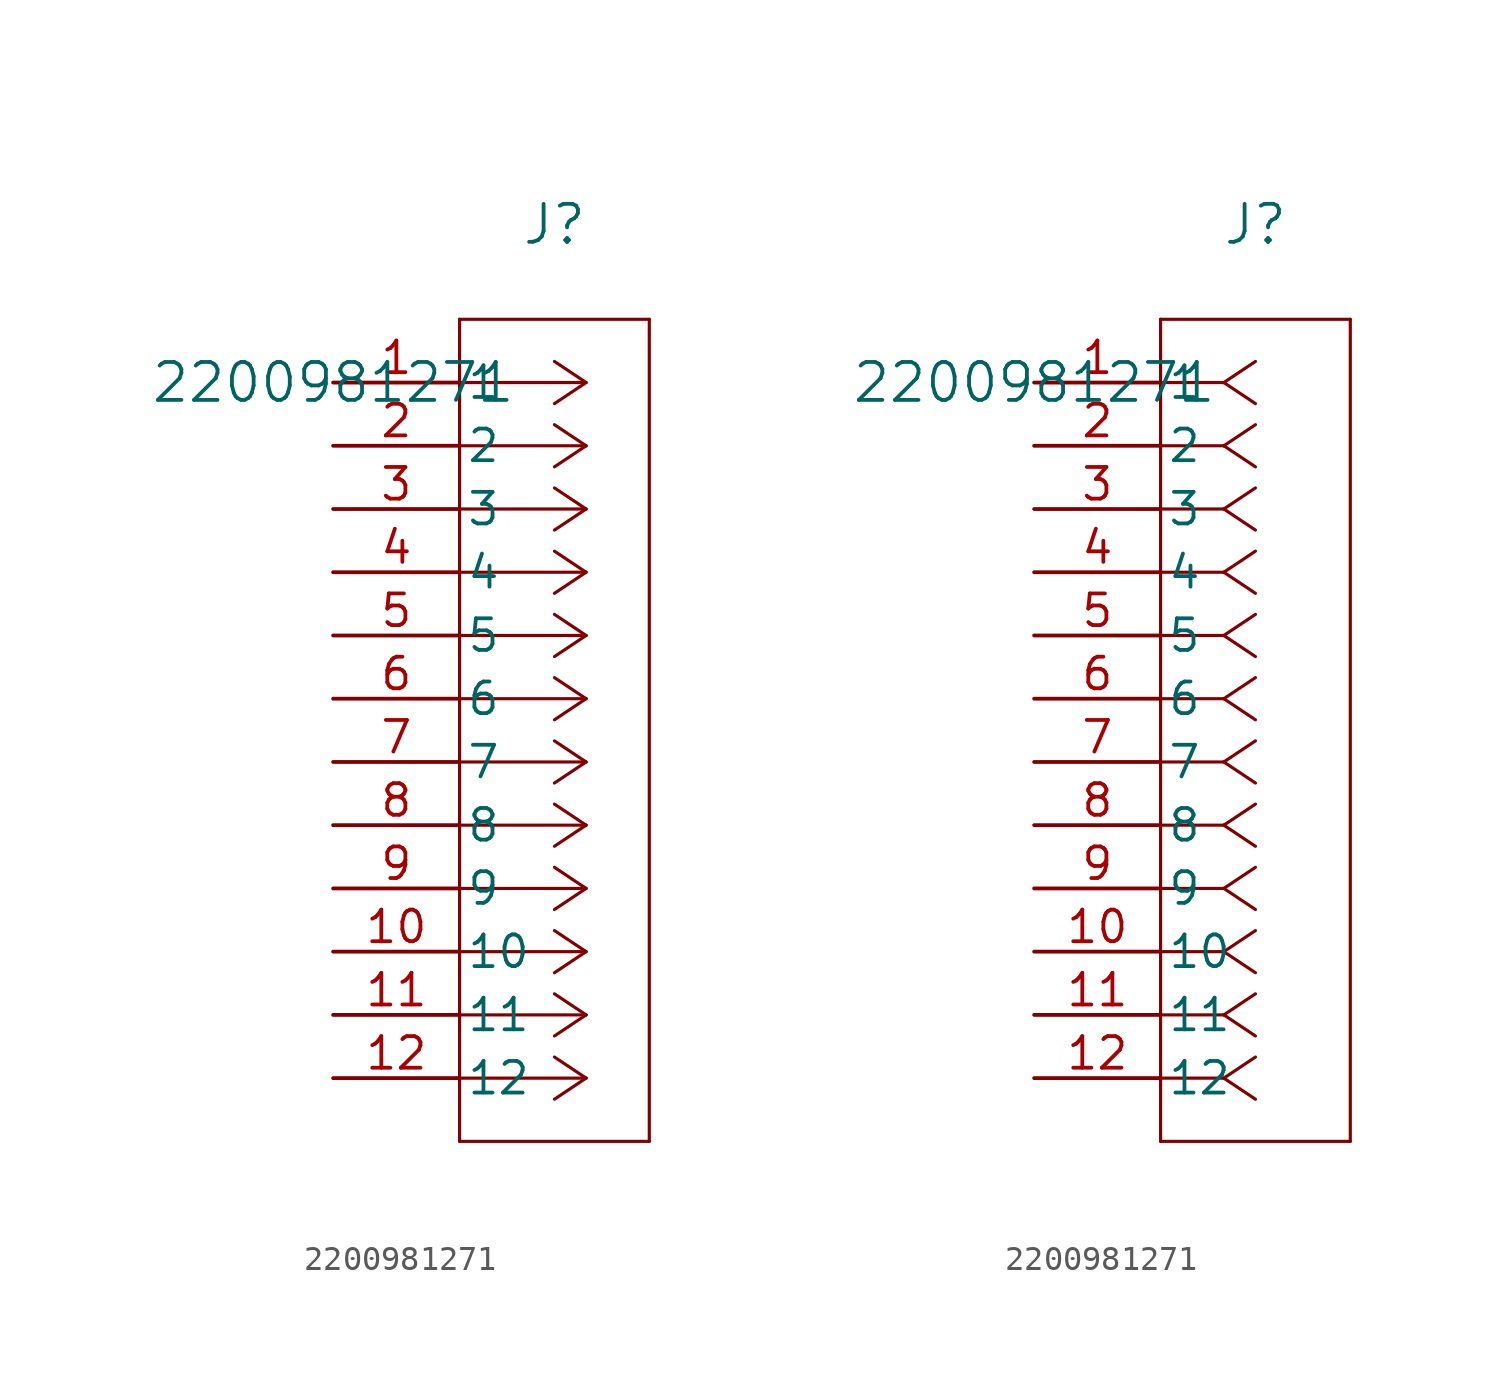
<source format=kicad_sym>
(kicad_symbol_lib
  (version 20211014)
  (generator kicad_symbol_editor)
  (symbol "2200981271"
    (pin_names
      (offset 0.254))
    (property "Reference" "J"
      (at 8.89 6.35 0)
      (effects (font (size 1.524 1.524))))
    (property "Value" "2200981271"
      (at 0 0 0)
      (effects (font (size 1.524 1.524))))
    (symbol "2200981271_1_1"
      (polyline (pts (xy 10.16 0) (xy 5.08 0)) (stroke (width 0.127) (type default) (color 0 0 0 0)) (fill (type none)))
      (polyline (pts (xy 10.16 -2.54) (xy 5.08 -2.54)) (stroke (width 0.127) (type default) (color 0 0 0 0)) (fill (type none)))
      (polyline (pts (xy 10.16 -5.08) (xy 5.08 -5.08)) (stroke (width 0.127) (type default) (color 0 0 0 0)) (fill (type none)))
      (polyline (pts (xy 10.16 -7.62) (xy 5.08 -7.62)) (stroke (width 0.127) (type default) (color 0 0 0 0)) (fill (type none)))
      (polyline (pts (xy 10.16 -10.16) (xy 5.08 -10.16)) (stroke (width 0.127) (type default) (color 0 0 0 0)) (fill (type none)))
      (polyline (pts (xy 10.16 -12.7) (xy 5.08 -12.7)) (stroke (width 0.127) (type default) (color 0 0 0 0)) (fill (type none)))
      (polyline (pts (xy 10.16 -15.24) (xy 5.08 -15.24)) (stroke (width 0.127) (type default) (color 0 0 0 0)) (fill (type none)))
      (polyline (pts (xy 10.16 -17.78) (xy 5.08 -17.78)) (stroke (width 0.127) (type default) (color 0 0 0 0)) (fill (type none)))
      (polyline (pts (xy 10.16 -20.32) (xy 5.08 -20.32)) (stroke (width 0.127) (type default) (color 0 0 0 0)) (fill (type none)))
      (polyline (pts (xy 10.16 -22.86) (xy 5.08 -22.86)) (stroke (width 0.127) (type default) (color 0 0 0 0)) (fill (type none)))
      (polyline (pts (xy 10.16 -25.4) (xy 5.08 -25.4)) (stroke (width 0.127) (type default) (color 0 0 0 0)) (fill (type none)))
      (polyline (pts (xy 10.16 -27.94) (xy 5.08 -27.94)) (stroke (width 0.127) (type default) (color 0 0 0 0)) (fill (type none)))
      (polyline (pts (xy 10.16 0) (xy 8.89 0.847)) (stroke (width 0.127) (type default) (color 0 0 0 0)) (fill (type none)))
      (polyline (pts (xy 10.16 -2.54) (xy 8.89 -1.693)) (stroke (width 0.127) (type default) (color 0 0 0 0)) (fill (type none)))
      (polyline (pts (xy 10.16 -5.08) (xy 8.89 -4.233)) (stroke (width 0.127) (type default) (color 0 0 0 0)) (fill (type none)))
      (polyline (pts (xy 10.16 -7.62) (xy 8.89 -6.773)) (stroke (width 0.127) (type default) (color 0 0 0 0)) (fill (type none)))
      (polyline (pts (xy 10.16 -10.16) (xy 8.89 -9.313)) (stroke (width 0.127) (type default) (color 0 0 0 0)) (fill (type none)))
      (polyline (pts (xy 10.16 -12.7) (xy 8.89 -11.853)) (stroke (width 0.127) (type default) (color 0 0 0 0)) (fill (type none)))
      (polyline (pts (xy 10.16 -15.24) (xy 8.89 -14.393)) (stroke (width 0.127) (type default) (color 0 0 0 0)) (fill (type none)))
      (polyline (pts (xy 10.16 -17.78) (xy 8.89 -16.933)) (stroke (width 0.127) (type default) (color 0 0 0 0)) (fill (type none)))
      (polyline (pts (xy 10.16 -20.32) (xy 8.89 -19.473)) (stroke (width 0.127) (type default) (color 0 0 0 0)) (fill (type none)))
      (polyline (pts (xy 10.16 -22.86) (xy 8.89 -22.013)) (stroke (width 0.127) (type default) (color 0 0 0 0)) (fill (type none)))
      (polyline (pts (xy 10.16 -25.4) (xy 8.89 -24.553)) (stroke (width 0.127) (type default) (color 0 0 0 0)) (fill (type none)))
      (polyline (pts (xy 10.16 -27.94) (xy 8.89 -27.093)) (stroke (width 0.127) (type default) (color 0 0 0 0)) (fill (type none)))
      (polyline (pts (xy 10.16 0) (xy 8.89 -0.847)) (stroke (width 0.127) (type default) (color 0 0 0 0)) (fill (type none)))
      (polyline (pts (xy 10.16 -2.54) (xy 8.89 -3.387)) (stroke (width 0.127) (type default) (color 0 0 0 0)) (fill (type none)))
      (polyline (pts (xy 10.16 -5.08) (xy 8.89 -5.927)) (stroke (width 0.127) (type default) (color 0 0 0 0)) (fill (type none)))
      (polyline (pts (xy 10.16 -7.62) (xy 8.89 -8.467)) (stroke (width 0.127) (type default) (color 0 0 0 0)) (fill (type none)))
      (polyline (pts (xy 10.16 -10.16) (xy 8.89 -11.007)) (stroke (width 0.127) (type default) (color 0 0 0 0)) (fill (type none)))
      (polyline (pts (xy 10.16 -12.7) (xy 8.89 -13.547)) (stroke (width 0.127) (type default) (color 0 0 0 0)) (fill (type none)))
      (polyline (pts (xy 10.16 -15.24) (xy 8.89 -16.087)) (stroke (width 0.127) (type default) (color 0 0 0 0)) (fill (type none)))
      (polyline (pts (xy 10.16 -17.78) (xy 8.89 -18.627)) (stroke (width 0.127) (type default) (color 0 0 0 0)) (fill (type none)))
      (polyline (pts (xy 10.16 -20.32) (xy 8.89 -21.167)) (stroke (width 0.127) (type default) (color 0 0 0 0)) (fill (type none)))
      (polyline (pts (xy 10.16 -22.86) (xy 8.89 -23.707)) (stroke (width 0.127) (type default) (color 0 0 0 0)) (fill (type none)))
      (polyline (pts (xy 10.16 -25.4) (xy 8.89 -26.247)) (stroke (width 0.127) (type default) (color 0 0 0 0)) (fill (type none)))
      (polyline (pts (xy 10.16 -27.94) (xy 8.89 -28.787)) (stroke (width 0.127) (type default) (color 0 0 0 0)) (fill (type none)))
      (polyline (pts (xy 5.08 2.54) (xy 5.08 -30.48)) (stroke (width 0.127) (type default) (color 0 0 0 0)) (fill (type none)))
      (polyline (pts (xy 5.08 -30.48) (xy 12.7 -30.48)) (stroke (width 0.127) (type default) (color 0 0 0 0)) (fill (type none)))
      (polyline (pts (xy 12.7 -30.48) (xy 12.7 2.54)) (stroke (width 0.127) (type default) (color 0 0 0 0)) (fill (type none)))
      (polyline (pts (xy 12.7 2.54) (xy 5.08 2.54)) (stroke (width 0.127) (type default) (color 0 0 0 0)) (fill (type none)))
      (pin unspecified line (at 0 0 0) (length 5.08) (name "1" (effects (font (size 1.27 1.27)))) (number "1" (effects (font (size 1.27 1.27)))))
      (pin unspecified line (at 0 -2.54 0) (length 5.08) (name "2" (effects (font (size 1.27 1.27)))) (number "2" (effects (font (size 1.27 1.27)))))
      (pin unspecified line (at 0 -5.08 0) (length 5.08) (name "3" (effects (font (size 1.27 1.27)))) (number "3" (effects (font (size 1.27 1.27)))))
      (pin unspecified line (at 0 -7.62 0) (length 5.08) (name "4" (effects (font (size 1.27 1.27)))) (number "4" (effects (font (size 1.27 1.27)))))
      (pin unspecified line (at 0 -10.16 0) (length 5.08) (name "5" (effects (font (size 1.27 1.27)))) (number "5" (effects (font (size 1.27 1.27)))))
      (pin unspecified line (at 0 -12.7 0) (length 5.08) (name "6" (effects (font (size 1.27 1.27)))) (number "6" (effects (font (size 1.27 1.27)))))
      (pin unspecified line (at 0 -15.24 0) (length 5.08) (name "7" (effects (font (size 1.27 1.27)))) (number "7" (effects (font (size 1.27 1.27)))))
      (pin unspecified line (at 0 -17.78 0) (length 5.08) (name "8" (effects (font (size 1.27 1.27)))) (number "8" (effects (font (size 1.27 1.27)))))
      (pin unspecified line (at 0 -20.32 0) (length 5.08) (name "9" (effects (font (size 1.27 1.27)))) (number "9" (effects (font (size 1.27 1.27)))))
      (pin unspecified line (at 0 -22.86 0) (length 5.08) (name "10" (effects (font (size 1.27 1.27)))) (number "10" (effects (font (size 1.27 1.27)))))
      (pin unspecified line (at 0 -25.4 0) (length 5.08) (name "11" (effects (font (size 1.27 1.27)))) (number "11" (effects (font (size 1.27 1.27)))))
      (pin unspecified line (at 0 -27.94 0) (length 5.08) (name "12" (effects (font (size 1.27 1.27)))) (number "12" (effects (font (size 1.27 1.27))))))
    (symbol "2200981271_1_2"
      (polyline (pts (xy 7.62 0) (xy 5.08 0)) (stroke (width 0.127) (type default) (color 0 0 0 0)) (fill (type none)))
      (polyline (pts (xy 7.62 -2.54) (xy 5.08 -2.54)) (stroke (width 0.127) (type default) (color 0 0 0 0)) (fill (type none)))
      (polyline (pts (xy 7.62 -5.08) (xy 5.08 -5.08)) (stroke (width 0.127) (type default) (color 0 0 0 0)) (fill (type none)))
      (polyline (pts (xy 7.62 -7.62) (xy 5.08 -7.62)) (stroke (width 0.127) (type default) (color 0 0 0 0)) (fill (type none)))
      (polyline (pts (xy 7.62 -10.16) (xy 5.08 -10.16)) (stroke (width 0.127) (type default) (color 0 0 0 0)) (fill (type none)))
      (polyline (pts (xy 7.62 -12.7) (xy 5.08 -12.7)) (stroke (width 0.127) (type default) (color 0 0 0 0)) (fill (type none)))
      (polyline (pts (xy 7.62 -15.24) (xy 5.08 -15.24)) (stroke (width 0.127) (type default) (color 0 0 0 0)) (fill (type none)))
      (polyline (pts (xy 7.62 -17.78) (xy 5.08 -17.78)) (stroke (width 0.127) (type default) (color 0 0 0 0)) (fill (type none)))
      (polyline (pts (xy 7.62 -20.32) (xy 5.08 -20.32)) (stroke (width 0.127) (type default) (color 0 0 0 0)) (fill (type none)))
      (polyline (pts (xy 7.62 -22.86) (xy 5.08 -22.86)) (stroke (width 0.127) (type default) (color 0 0 0 0)) (fill (type none)))
      (polyline (pts (xy 7.62 -25.4) (xy 5.08 -25.4)) (stroke (width 0.127) (type default) (color 0 0 0 0)) (fill (type none)))
      (polyline (pts (xy 7.62 -27.94) (xy 5.08 -27.94)) (stroke (width 0.127) (type default) (color 0 0 0 0)) (fill (type none)))
      (polyline (pts (xy 7.62 0) (xy 8.89 0.847)) (stroke (width 0.127) (type default) (color 0 0 0 0)) (fill (type none)))
      (polyline (pts (xy 7.62 -2.54) (xy 8.89 -1.693)) (stroke (width 0.127) (type default) (color 0 0 0 0)) (fill (type none)))
      (polyline (pts (xy 7.62 -5.08) (xy 8.89 -4.233)) (stroke (width 0.127) (type default) (color 0 0 0 0)) (fill (type none)))
      (polyline (pts (xy 7.62 -7.62) (xy 8.89 -6.773)) (stroke (width 0.127) (type default) (color 0 0 0 0)) (fill (type none)))
      (polyline (pts (xy 7.62 -10.16) (xy 8.89 -9.313)) (stroke (width 0.127) (type default) (color 0 0 0 0)) (fill (type none)))
      (polyline (pts (xy 7.62 -12.7) (xy 8.89 -11.853)) (stroke (width 0.127) (type default) (color 0 0 0 0)) (fill (type none)))
      (polyline (pts (xy 7.62 -15.24) (xy 8.89 -14.393)) (stroke (width 0.127) (type default) (color 0 0 0 0)) (fill (type none)))
      (polyline (pts (xy 7.62 -17.78) (xy 8.89 -16.933)) (stroke (width 0.127) (type default) (color 0 0 0 0)) (fill (type none)))
      (polyline (pts (xy 7.62 -20.32) (xy 8.89 -19.473)) (stroke (width 0.127) (type default) (color 0 0 0 0)) (fill (type none)))
      (polyline (pts (xy 7.62 -22.86) (xy 8.89 -22.013)) (stroke (width 0.127) (type default) (color 0 0 0 0)) (fill (type none)))
      (polyline (pts (xy 7.62 -25.4) (xy 8.89 -24.553)) (stroke (width 0.127) (type default) (color 0 0 0 0)) (fill (type none)))
      (polyline (pts (xy 7.62 -27.94) (xy 8.89 -27.093)) (stroke (width 0.127) (type default) (color 0 0 0 0)) (fill (type none)))
      (polyline (pts (xy 7.62 0) (xy 8.89 -0.847)) (stroke (width 0.127) (type default) (color 0 0 0 0)) (fill (type none)))
      (polyline (pts (xy 7.62 -2.54) (xy 8.89 -3.387)) (stroke (width 0.127) (type default) (color 0 0 0 0)) (fill (type none)))
      (polyline (pts (xy 7.62 -5.08) (xy 8.89 -5.927)) (stroke (width 0.127) (type default) (color 0 0 0 0)) (fill (type none)))
      (polyline (pts (xy 7.62 -7.62) (xy 8.89 -8.467)) (stroke (width 0.127) (type default) (color 0 0 0 0)) (fill (type none)))
      (polyline (pts (xy 7.62 -10.16) (xy 8.89 -11.007)) (stroke (width 0.127) (type default) (color 0 0 0 0)) (fill (type none)))
      (polyline (pts (xy 7.62 -12.7) (xy 8.89 -13.547)) (stroke (width 0.127) (type default) (color 0 0 0 0)) (fill (type none)))
      (polyline (pts (xy 7.62 -15.24) (xy 8.89 -16.087)) (stroke (width 0.127) (type default) (color 0 0 0 0)) (fill (type none)))
      (polyline (pts (xy 7.62 -17.78) (xy 8.89 -18.627)) (stroke (width 0.127) (type default) (color 0 0 0 0)) (fill (type none)))
      (polyline (pts (xy 7.62 -20.32) (xy 8.89 -21.167)) (stroke (width 0.127) (type default) (color 0 0 0 0)) (fill (type none)))
      (polyline (pts (xy 7.62 -22.86) (xy 8.89 -23.707)) (stroke (width 0.127) (type default) (color 0 0 0 0)) (fill (type none)))
      (polyline (pts (xy 7.62 -25.4) (xy 8.89 -26.247)) (stroke (width 0.127) (type default) (color 0 0 0 0)) (fill (type none)))
      (polyline (pts (xy 7.62 -27.94) (xy 8.89 -28.787)) (stroke (width 0.127) (type default) (color 0 0 0 0)) (fill (type none)))
      (polyline (pts (xy 5.08 2.54) (xy 5.08 -30.48)) (stroke (width 0.127) (type default) (color 0 0 0 0)) (fill (type none)))
      (polyline (pts (xy 5.08 -30.48) (xy 12.7 -30.48)) (stroke (width 0.127) (type default) (color 0 0 0 0)) (fill (type none)))
      (polyline (pts (xy 12.7 -30.48) (xy 12.7 2.54)) (stroke (width 0.127) (type default) (color 0 0 0 0)) (fill (type none)))
      (polyline (pts (xy 12.7 2.54) (xy 5.08 2.54)) (stroke (width 0.127) (type default) (color 0 0 0 0)) (fill (type none)))
      (pin unspecified line (at 0 0 0) (length 5.08) (name "1" (effects (font (size 1.27 1.27)))) (number "1" (effects (font (size 1.27 1.27)))))
      (pin unspecified line (at 0 -2.54 0) (length 5.08) (name "2" (effects (font (size 1.27 1.27)))) (number "2" (effects (font (size 1.27 1.27)))))
      (pin unspecified line (at 0 -5.08 0) (length 5.08) (name "3" (effects (font (size 1.27 1.27)))) (number "3" (effects (font (size 1.27 1.27)))))
      (pin unspecified line (at 0 -7.62 0) (length 5.08) (name "4" (effects (font (size 1.27 1.27)))) (number "4" (effects (font (size 1.27 1.27)))))
      (pin unspecified line (at 0 -10.16 0) (length 5.08) (name "5" (effects (font (size 1.27 1.27)))) (number "5" (effects (font (size 1.27 1.27)))))
      (pin unspecified line (at 0 -12.7 0) (length 5.08) (name "6" (effects (font (size 1.27 1.27)))) (number "6" (effects (font (size 1.27 1.27)))))
      (pin unspecified line (at 0 -15.24 0) (length 5.08) (name "7" (effects (font (size 1.27 1.27)))) (number "7" (effects (font (size 1.27 1.27)))))
      (pin unspecified line (at 0 -17.78 0) (length 5.08) (name "8" (effects (font (size 1.27 1.27)))) (number "8" (effects (font (size 1.27 1.27)))))
      (pin unspecified line (at 0 -20.32 0) (length 5.08) (name "9" (effects (font (size 1.27 1.27)))) (number "9" (effects (font (size 1.27 1.27)))))
      (pin unspecified line (at 0 -22.86 0) (length 5.08) (name "10" (effects (font (size 1.27 1.27)))) (number "10" (effects (font (size 1.27 1.27)))))
      (pin unspecified line (at 0 -25.4 0) (length 5.08) (name "11" (effects (font (size 1.27 1.27)))) (number "11" (effects (font (size 1.27 1.27)))))
      (pin unspecified line (at 0 -27.94 0) (length 5.08) (name "12" (effects (font (size 1.27 1.27)))) (number "12" (effects (font (size 1.27 1.27))))))))
</source>
